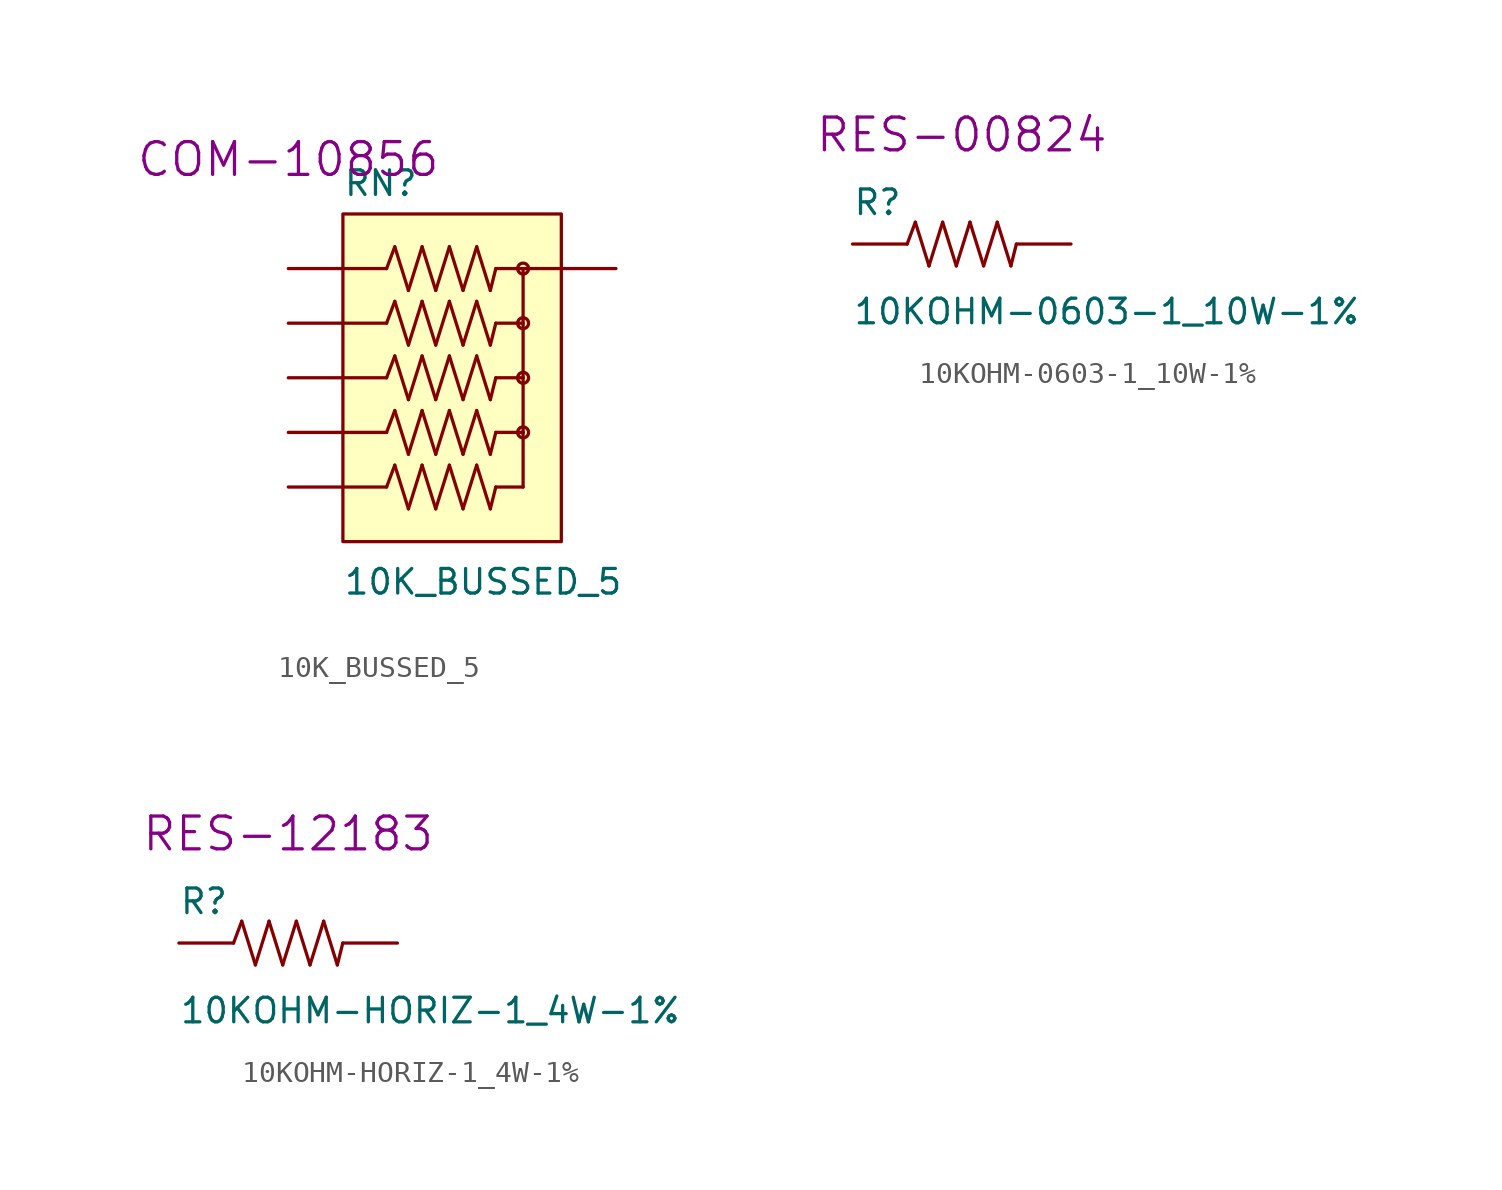
<source format=kicad_sym>
(kicad_symbol_lib
  (version 20220914)
  (generator kicad_symbol_editor)
  (symbol "10K_BUSSED_5"
    (pin_numbers hide)
    (pin_names
      (offset 1.016) hide)
    (property "Reference" "RN"
      (at 2.54 3.302 0)
      (effects (font (size 1.143 1.143)) (justify left bottom)))
    (property "Value" "10K_BUSSED_5"
      (at 2.54 -15.24 0)
      (effects (font (size 1.143 1.143)) (justify left bottom)))
    (property "Field4" "COM-10856"
      (at 0 5.08 0)
      (effects (font (size 1.524 1.524))))
    (property "ki_locked" ""
      (at 0 0 0)
      (effects (font (size 1.27 1.27))))
    (symbol "10K_BUSSED_5_1_0"
      (polyline (pts (xy 2.54 -10.16) (xy 4.572 -10.16)) (stroke (width 0) (type solid)) (fill (type none)))
      (polyline (pts (xy 2.54 -5.08) (xy 4.572 -5.08)) (stroke (width 0) (type solid)) (fill (type none)))
      (polyline (pts (xy 2.54 -2.54) (xy 4.572 -2.54)) (stroke (width 0) (type solid)) (fill (type none)))
      (polyline (pts (xy 2.54 0) (xy 4.572 0)) (stroke (width 0) (type solid)) (fill (type none)))
      (polyline (pts (xy 4.572 -10.16) (xy 4.953 -9.144)) (stroke (width 0) (type solid)) (fill (type none)))
      (polyline (pts (xy 4.572 -7.62) (xy 2.54 -7.62)) (stroke (width 0) (type solid)) (fill (type none)))
      (polyline (pts (xy 4.572 -7.62) (xy 4.953 -6.604)) (stroke (width 0) (type solid)) (fill (type none)))
      (polyline (pts (xy 4.572 -5.08) (xy 4.953 -4.064)) (stroke (width 0) (type solid)) (fill (type none)))
      (polyline (pts (xy 4.572 -2.54) (xy 4.953 -1.524)) (stroke (width 0) (type solid)) (fill (type none)))
      (polyline (pts (xy 4.572 0) (xy 4.953 1.016)) (stroke (width 0) (type solid)) (fill (type none)))
      (polyline (pts (xy 4.953 -9.144) (xy 5.588 -11.176)) (stroke (width 0) (type solid)) (fill (type none)))
      (polyline (pts (xy 4.953 -6.604) (xy 5.588 -8.636)) (stroke (width 0) (type solid)) (fill (type none)))
      (polyline (pts (xy 4.953 -4.064) (xy 5.588 -6.096)) (stroke (width 0) (type solid)) (fill (type none)))
      (polyline (pts (xy 4.953 -1.524) (xy 5.588 -3.556)) (stroke (width 0) (type solid)) (fill (type none)))
      (polyline (pts (xy 4.953 1.016) (xy 5.588 -1.016)) (stroke (width 0) (type solid)) (fill (type none)))
      (polyline (pts (xy 5.588 -11.176) (xy 6.223 -9.144)) (stroke (width 0) (type solid)) (fill (type none)))
      (polyline (pts (xy 5.588 -8.636) (xy 6.223 -6.604)) (stroke (width 0) (type solid)) (fill (type none)))
      (polyline (pts (xy 5.588 -6.096) (xy 6.223 -4.064)) (stroke (width 0) (type solid)) (fill (type none)))
      (polyline (pts (xy 5.588 -3.556) (xy 6.223 -1.524)) (stroke (width 0) (type solid)) (fill (type none)))
      (polyline (pts (xy 5.588 -1.016) (xy 6.223 1.016)) (stroke (width 0) (type solid)) (fill (type none)))
      (polyline (pts (xy 6.223 -9.144) (xy 6.858 -11.176)) (stroke (width 0) (type solid)) (fill (type none)))
      (polyline (pts (xy 6.223 -6.604) (xy 6.858 -8.636)) (stroke (width 0) (type solid)) (fill (type none)))
      (polyline (pts (xy 6.223 -4.064) (xy 6.858 -6.096)) (stroke (width 0) (type solid)) (fill (type none)))
      (polyline (pts (xy 6.223 -1.524) (xy 6.858 -3.556)) (stroke (width 0) (type solid)) (fill (type none)))
      (polyline (pts (xy 6.223 1.016) (xy 6.858 -1.016)) (stroke (width 0) (type solid)) (fill (type none)))
      (polyline (pts (xy 6.858 -11.176) (xy 7.493 -9.144)) (stroke (width 0) (type solid)) (fill (type none)))
      (polyline (pts (xy 6.858 -8.636) (xy 7.493 -6.604)) (stroke (width 0) (type solid)) (fill (type none)))
      (polyline (pts (xy 6.858 -6.096) (xy 7.493 -4.064)) (stroke (width 0) (type solid)) (fill (type none)))
      (polyline (pts (xy 6.858 -3.556) (xy 7.493 -1.524)) (stroke (width 0) (type solid)) (fill (type none)))
      (polyline (pts (xy 6.858 -1.016) (xy 7.493 1.016)) (stroke (width 0) (type solid)) (fill (type none)))
      (polyline (pts (xy 7.493 -9.144) (xy 8.128 -11.176)) (stroke (width 0) (type solid)) (fill (type none)))
      (polyline (pts (xy 7.493 -6.604) (xy 8.128 -8.636)) (stroke (width 0) (type solid)) (fill (type none)))
      (polyline (pts (xy 7.493 -4.064) (xy 8.128 -6.096)) (stroke (width 0) (type solid)) (fill (type none)))
      (polyline (pts (xy 7.493 -1.524) (xy 8.128 -3.556)) (stroke (width 0) (type solid)) (fill (type none)))
      (polyline (pts (xy 7.493 1.016) (xy 8.128 -1.016)) (stroke (width 0) (type solid)) (fill (type none)))
      (polyline (pts (xy 8.128 -11.176) (xy 8.763 -9.144)) (stroke (width 0) (type solid)) (fill (type none)))
      (polyline (pts (xy 8.128 -8.636) (xy 8.763 -6.604)) (stroke (width 0) (type solid)) (fill (type none)))
      (polyline (pts (xy 8.128 -6.096) (xy 8.763 -4.064)) (stroke (width 0) (type solid)) (fill (type none)))
      (polyline (pts (xy 8.128 -3.556) (xy 8.763 -1.524)) (stroke (width 0) (type solid)) (fill (type none)))
      (polyline (pts (xy 8.128 -1.016) (xy 8.763 1.016)) (stroke (width 0) (type solid)) (fill (type none)))
      (polyline (pts (xy 8.763 -9.144) (xy 9.398 -11.176)) (stroke (width 0) (type solid)) (fill (type none)))
      (polyline (pts (xy 8.763 -6.604) (xy 9.398 -8.636)) (stroke (width 0) (type solid)) (fill (type none)))
      (polyline (pts (xy 8.763 -4.064) (xy 9.398 -6.096)) (stroke (width 0) (type solid)) (fill (type none)))
      (polyline (pts (xy 8.763 -1.524) (xy 9.398 -3.556)) (stroke (width 0) (type solid)) (fill (type none)))
      (polyline (pts (xy 8.763 1.016) (xy 9.398 -1.016)) (stroke (width 0) (type solid)) (fill (type none)))
      (polyline (pts (xy 9.398 -11.176) (xy 9.652 -10.16)) (stroke (width 0) (type solid)) (fill (type none)))
      (polyline (pts (xy 9.398 -8.636) (xy 9.652 -7.62)) (stroke (width 0) (type solid)) (fill (type none)))
      (polyline (pts (xy 9.398 -6.096) (xy 9.652 -5.08)) (stroke (width 0) (type solid)) (fill (type none)))
      (polyline (pts (xy 9.398 -3.556) (xy 9.652 -2.54)) (stroke (width 0) (type solid)) (fill (type none)))
      (polyline (pts (xy 9.398 -1.016) (xy 9.652 0)) (stroke (width 0) (type solid)) (fill (type none)))
      (polyline (pts (xy 9.652 -10.16) (xy 10.922 -10.16)) (stroke (width 0) (type solid)) (fill (type none)))
      (polyline (pts (xy 9.652 0) (xy 10.922 0)) (stroke (width 0) (type solid)) (fill (type none)))
      (polyline (pts (xy 10.922 -10.16) (xy 10.922 -7.62)) (stroke (width 0) (type solid)) (fill (type none)))
      (polyline (pts (xy 10.922 -7.62) (xy 9.652 -7.62)) (stroke (width 0) (type solid)) (fill (type none)))
      (polyline (pts (xy 10.922 -7.62) (xy 10.922 -5.08)) (stroke (width 0) (type solid)) (fill (type none)))
      (polyline (pts (xy 10.922 -5.08) (xy 9.652 -5.08)) (stroke (width 0) (type solid)) (fill (type none)))
      (polyline (pts (xy 10.922 -5.08) (xy 10.922 -2.54)) (stroke (width 0) (type solid)) (fill (type none)))
      (polyline (pts (xy 10.922 -2.54) (xy 9.652 -2.54)) (stroke (width 0) (type solid)) (fill (type none)))
      (polyline (pts (xy 10.922 0) (xy 10.922 -2.54)) (stroke (width 0) (type solid)) (fill (type none)))
      (polyline (pts (xy 10.922 0) (xy 12.7 0)) (stroke (width 0) (type solid)) (fill (type none))))
    (symbol "10K_BUSSED_5_1_1"
      (polyline (pts (xy 2.54 2.54) (xy 12.7 2.54) (xy 12.7 0) (xy 12.7 -12.7) (xy 2.54 -12.7) (xy 2.54 2.54)) (stroke (width 0) (type solid)) (fill (type background)))
      (circle (center 10.922 -7.62) (radius 0.254) (stroke (width 0) (type solid)) (fill (type none)))
      (circle (center 10.922 -5.08) (radius 0.254) (stroke (width 0) (type solid)) (fill (type none)))
      (circle (center 10.922 -2.54) (radius 0.254) (stroke (width 0) (type solid)) (fill (type none)))
      (circle (center 10.922 0) (radius 0.254) (stroke (width 0) (type solid)) (fill (type none)))
      (pin passive line (at 15.24 0 180) (length 2.54) (name "1" (effects (font (size 1.016 1.016)))) (number "P$1" (effects (font (size 1.016 1.016)))))
      (pin passive line (at 0 0 0) (length 2.54) (name "2" (effects (font (size 1.016 1.016)))) (number "P$2" (effects (font (size 1.016 1.016)))))
      (pin passive line (at 0 -2.54 0) (length 2.54) (name "3" (effects (font (size 1.016 1.016)))) (number "P$3" (effects (font (size 1.016 1.016)))))
      (pin passive line (at 0 -5.08 0) (length 2.54) (name "4" (effects (font (size 1.016 1.016)))) (number "P$4" (effects (font (size 1.016 1.016)))))
      (pin passive line (at 0 -7.62 0) (length 2.54) (name "5" (effects (font (size 1.016 1.016)))) (number "P$5" (effects (font (size 1.016 1.016)))))
      (pin passive line (at 0 -10.16 0) (length 2.54) (name "6" (effects (font (size 1.016 1.016)))) (number "P$6" (effects (font (size 1.016 1.016)))))))
  (symbol "10KOHM-0603-1_10W-1%"
    (pin_numbers hide)
    (pin_names
      (offset 1.016) hide)
    (property "Reference" "R"
      (at -5.08 1.27 0)
      (effects (font (size 1.143 1.143)) (justify left bottom)))
    (property "Value" "10KOHM-0603-1_10W-1%"
      (at -5.08 -3.81 0)
      (effects (font (size 1.143 1.143)) (justify left bottom)))
    (property "Field4" "RES-00824"
      (at 0 5.08 0)
      (effects (font (size 1.524 1.524))))
    (property "ki_locked" ""
      (at 0 0 0)
      (effects (font (size 1.27 1.27))))
    (symbol "10KOHM-0603-1_10W-1%_1_0"
      (polyline (pts (xy -2.54 0) (xy -2.159 1.016)) (stroke (width 0) (type solid)) (fill (type none)))
      (polyline (pts (xy -2.159 1.016) (xy -1.524 -1.016)) (stroke (width 0) (type solid)) (fill (type none)))
      (polyline (pts (xy -1.524 -1.016) (xy -0.889 1.016)) (stroke (width 0) (type solid)) (fill (type none)))
      (polyline (pts (xy -0.889 1.016) (xy -0.254 -1.016)) (stroke (width 0) (type solid)) (fill (type none)))
      (polyline (pts (xy -0.254 -1.016) (xy 0.381 1.016)) (stroke (width 0) (type solid)) (fill (type none)))
      (polyline (pts (xy 0.381 1.016) (xy 1.016 -1.016)) (stroke (width 0) (type solid)) (fill (type none)))
      (polyline (pts (xy 1.016 -1.016) (xy 1.651 1.016)) (stroke (width 0) (type solid)) (fill (type none)))
      (polyline (pts (xy 1.651 1.016) (xy 2.286 -1.016)) (stroke (width 0) (type solid)) (fill (type none)))
      (polyline (pts (xy 2.286 -1.016) (xy 2.54 0)) (stroke (width 0) (type solid)) (fill (type none))))
    (symbol "10KOHM-0603-1_10W-1%_1_1"
      (pin passive line (at -5.08 0 0) (length 2.54) (name "1" (effects (font (size 1.016 1.016)))) (number "1" (effects (font (size 1.016 1.016)))))
      (pin passive line (at 5.08 0 180) (length 2.54) (name "2" (effects (font (size 1.016 1.016)))) (number "2" (effects (font (size 1.016 1.016)))))))
  (symbol "10KOHM-HORIZ-1_4W-1%"
    (pin_numbers hide)
    (pin_names
      (offset 1.016) hide)
    (property "Reference" "R"
      (at -5.08 1.27 0)
      (effects (font (size 1.143 1.143)) (justify left bottom)))
    (property "Value" "10KOHM-HORIZ-1_4W-1%"
      (at -5.08 -3.81 0)
      (effects (font (size 1.143 1.143)) (justify left bottom)))
    (property "Field4" "RES-12183"
      (at 0 5.08 0)
      (effects (font (size 1.524 1.524))))
    (property "ki_locked" ""
      (at 0 0 0)
      (effects (font (size 1.27 1.27))))
    (symbol "10KOHM-HORIZ-1_4W-1%_1_0"
      (polyline (pts (xy -2.54 0) (xy -2.159 1.016)) (stroke (width 0) (type solid)) (fill (type none)))
      (polyline (pts (xy -2.159 1.016) (xy -1.524 -1.016)) (stroke (width 0) (type solid)) (fill (type none)))
      (polyline (pts (xy -1.524 -1.016) (xy -0.889 1.016)) (stroke (width 0) (type solid)) (fill (type none)))
      (polyline (pts (xy -0.889 1.016) (xy -0.254 -1.016)) (stroke (width 0) (type solid)) (fill (type none)))
      (polyline (pts (xy -0.254 -1.016) (xy 0.381 1.016)) (stroke (width 0) (type solid)) (fill (type none)))
      (polyline (pts (xy 0.381 1.016) (xy 1.016 -1.016)) (stroke (width 0) (type solid)) (fill (type none)))
      (polyline (pts (xy 1.016 -1.016) (xy 1.651 1.016)) (stroke (width 0) (type solid)) (fill (type none)))
      (polyline (pts (xy 1.651 1.016) (xy 2.286 -1.016)) (stroke (width 0) (type solid)) (fill (type none)))
      (polyline (pts (xy 2.286 -1.016) (xy 2.54 0)) (stroke (width 0) (type solid)) (fill (type none))))
    (symbol "10KOHM-HORIZ-1_4W-1%_1_1"
      (pin passive line (at -5.08 0 0) (length 2.54) (name "1" (effects (font (size 1.016 1.016)))) (number "P$1" (effects (font (size 1.016 1.016)))))
      (pin passive line (at 5.08 0 180) (length 2.54) (name "2" (effects (font (size 1.016 1.016)))) (number "P$2" (effects (font (size 1.016 1.016))))))))
</source>
